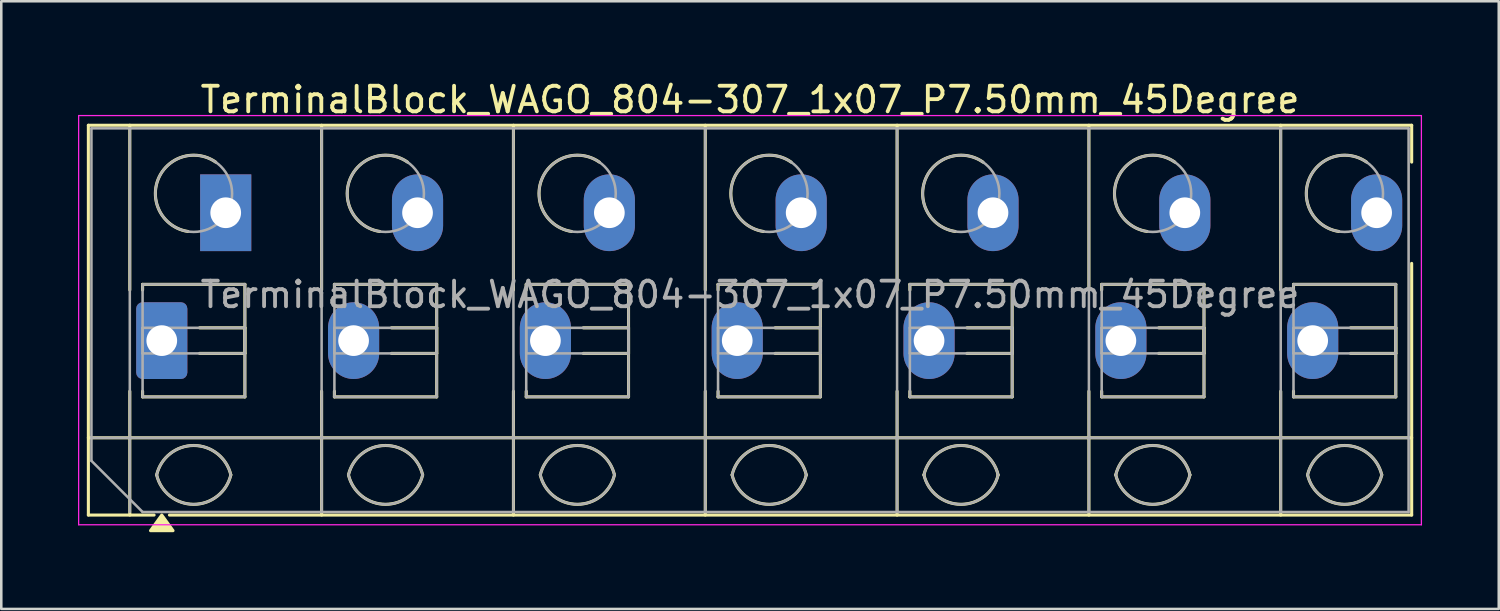
<source format=kicad_pcb>
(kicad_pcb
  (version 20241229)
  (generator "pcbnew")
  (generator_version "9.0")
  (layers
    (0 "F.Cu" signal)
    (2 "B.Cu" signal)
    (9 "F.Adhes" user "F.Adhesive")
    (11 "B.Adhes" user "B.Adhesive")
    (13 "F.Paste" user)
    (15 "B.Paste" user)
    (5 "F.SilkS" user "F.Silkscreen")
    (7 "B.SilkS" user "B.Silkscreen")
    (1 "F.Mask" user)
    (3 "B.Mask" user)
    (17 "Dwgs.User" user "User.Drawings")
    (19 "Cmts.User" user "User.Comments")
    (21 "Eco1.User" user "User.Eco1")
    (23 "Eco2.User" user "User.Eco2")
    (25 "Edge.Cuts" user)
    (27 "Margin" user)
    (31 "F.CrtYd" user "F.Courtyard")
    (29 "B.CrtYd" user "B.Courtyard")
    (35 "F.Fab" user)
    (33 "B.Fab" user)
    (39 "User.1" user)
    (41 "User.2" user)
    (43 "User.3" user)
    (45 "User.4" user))
  (footprint "TerminalBlock_WAGO_804-307_1x07_P7.50mm_45Degree"
    (layer "F.Cu")
    (at 3.275 10.268)
    (property "Reference" "TerminalBlock_WAGO_804-307_1x07_P7.50mm_45Degree" (at 23 -9.42 0) (layer "F.SilkS") (effects (font (size 1 1) (thickness 0.15))))
    (attr through_hole)
    (fp_line (start -2.87 -8.42) (end -2.87 6.82) (stroke (width 0.12) (type solid)) (layer "F.SilkS"))
    (fp_line (start -2.87 -8.42) (end 48.87 -8.42) (stroke (width 0.12) (type solid)) (layer "F.SilkS"))
    (fp_line (start -2.87 3.8) (end 48.87 3.8) (stroke (width 0.12) (type solid)) (layer "F.SilkS"))
    (fp_line (start -2.87 6.82) (end -0.3 6.82) (stroke (width 0.12) (type solid)) (layer "F.SilkS"))
    (fp_line (start -1.25 -8.42) (end -1.25 -1.98) (stroke (width 0.12) (type solid)) (layer "F.SilkS"))
    (fp_line (start -1.25 1.98) (end -1.25 6.82) (stroke (width 0.12) (type solid)) (layer "F.SilkS"))
    (fp_line (start -0.75 -2.2) (end -0.75 -1.98) (stroke (width 0.12) (type solid)) (layer "F.SilkS"))
    (fp_line (start -0.75 -2.2) (end 3.25 -2.2) (stroke (width 0.12) (type solid)) (layer "F.SilkS"))
    (fp_line (start -0.75 1.98) (end -0.75 2.2) (stroke (width 0.12) (type solid)) (layer "F.SilkS"))
    (fp_line (start -0.75 2.2) (end 3.25 2.2) (stroke (width 0.12) (type solid)) (layer "F.SilkS"))
    (fp_line (start 0.3 6.82) (end 48.87 6.82) (stroke (width 0.12) (type solid)) (layer "F.SilkS"))
    (fp_line (start 1.48 -0.5) (end 3.25 -0.5) (stroke (width 0.12) (type solid)) (layer "F.SilkS"))
    (fp_line (start 1.48 0.5) (end 3.25 0.5) (stroke (width 0.12) (type solid)) (layer "F.SilkS"))
    (fp_line (start 3.25 -2.2) (end 3.25 2.2) (stroke (width 0.12) (type solid)) (layer "F.SilkS"))
    (fp_line (start 3.25 -0.5) (end 3.25 0.5) (stroke (width 0.12) (type solid)) (layer "F.SilkS"))
    (fp_line (start 6.25 -8.42) (end 6.25 -1.98) (stroke (width 0.12) (type solid)) (layer "F.SilkS"))
    (fp_line (start 6.25 1.98) (end 6.25 6.82) (stroke (width 0.12) (type solid)) (layer "F.SilkS"))
    (fp_line (start 6.75 -2.2) (end 6.75 -1.98) (stroke (width 0.12) (type solid)) (layer "F.SilkS"))
    (fp_line (start 6.75 -2.2) (end 10.75 -2.2) (stroke (width 0.12) (type solid)) (layer "F.SilkS"))
    (fp_line (start 6.75 1.98) (end 6.75 2.2) (stroke (width 0.12) (type solid)) (layer "F.SilkS"))
    (fp_line (start 6.75 2.2) (end 10.75 2.2) (stroke (width 0.12) (type solid)) (layer "F.SilkS"))
    (fp_line (start 8.98 -0.5) (end 10.75 -0.5) (stroke (width 0.12) (type solid)) (layer "F.SilkS"))
    (fp_line (start 8.98 0.5) (end 10.75 0.5) (stroke (width 0.12) (type solid)) (layer "F.SilkS"))
    (fp_line (start 10.75 -2.2) (end 10.75 2.2) (stroke (width 0.12) (type solid)) (layer "F.SilkS"))
    (fp_line (start 10.75 -0.5) (end 10.75 0.5) (stroke (width 0.12) (type solid)) (layer "F.SilkS"))
    (fp_line (start 13.75 -8.42) (end 13.75 -1.98) (stroke (width 0.12) (type solid)) (layer "F.SilkS"))
    (fp_line (start 13.75 1.98) (end 13.75 6.82) (stroke (width 0.12) (type solid)) (layer "F.SilkS"))
    (fp_line (start 14.25 -2.2) (end 14.25 -1.98) (stroke (width 0.12) (type solid)) (layer "F.SilkS"))
    (fp_line (start 14.25 -2.2) (end 18.25 -2.2) (stroke (width 0.12) (type solid)) (layer "F.SilkS"))
    (fp_line (start 14.25 1.98) (end 14.25 2.2) (stroke (width 0.12) (type solid)) (layer "F.SilkS"))
    (fp_line (start 14.25 2.2) (end 18.25 2.2) (stroke (width 0.12) (type solid)) (layer "F.SilkS"))
    (fp_line (start 16.48 -0.5) (end 18.25 -0.5) (stroke (width 0.12) (type solid)) (layer "F.SilkS"))
    (fp_line (start 16.48 0.5) (end 18.25 0.5) (stroke (width 0.12) (type solid)) (layer "F.SilkS"))
    (fp_line (start 18.25 -2.2) (end 18.25 2.2) (stroke (width 0.12) (type solid)) (layer "F.SilkS"))
    (fp_line (start 18.25 -0.5) (end 18.25 0.5) (stroke (width 0.12) (type solid)) (layer "F.SilkS"))
    (fp_line (start 21.25 -8.42) (end 21.25 -1.98) (stroke (width 0.12) (type solid)) (layer "F.SilkS"))
    (fp_line (start 21.25 1.98) (end 21.25 6.82) (stroke (width 0.12) (type solid)) (layer "F.SilkS"))
    (fp_line (start 21.75 -2.2) (end 21.75 -1.98) (stroke (width 0.12) (type solid)) (layer "F.SilkS"))
    (fp_line (start 21.75 -2.2) (end 25.75 -2.2) (stroke (width 0.12) (type solid)) (layer "F.SilkS"))
    (fp_line (start 21.75 1.98) (end 21.75 2.2) (stroke (width 0.12) (type solid)) (layer "F.SilkS"))
    (fp_line (start 21.75 2.2) (end 25.75 2.2) (stroke (width 0.12) (type solid)) (layer "F.SilkS"))
    (fp_line (start 23.98 -0.5) (end 25.75 -0.5) (stroke (width 0.12) (type solid)) (layer "F.SilkS"))
    (fp_line (start 23.98 0.5) (end 25.75 0.5) (stroke (width 0.12) (type solid)) (layer "F.SilkS"))
    (fp_line (start 25.75 -2.2) (end 25.75 2.2) (stroke (width 0.12) (type solid)) (layer "F.SilkS"))
    (fp_line (start 25.75 -0.5) (end 25.75 0.5) (stroke (width 0.12) (type solid)) (layer "F.SilkS"))
    (fp_line (start 28.75 -8.42) (end 28.75 -1.98) (stroke (width 0.12) (type solid)) (layer "F.SilkS"))
    (fp_line (start 28.75 1.98) (end 28.75 6.82) (stroke (width 0.12) (type solid)) (layer "F.SilkS"))
    (fp_line (start 29.25 -2.2) (end 29.25 -1.98) (stroke (width 0.12) (type solid)) (layer "F.SilkS"))
    (fp_line (start 29.25 -2.2) (end 33.25 -2.2) (stroke (width 0.12) (type solid)) (layer "F.SilkS"))
    (fp_line (start 29.25 1.98) (end 29.25 2.2) (stroke (width 0.12) (type solid)) (layer "F.SilkS"))
    (fp_line (start 29.25 2.2) (end 33.25 2.2) (stroke (width 0.12) (type solid)) (layer "F.SilkS"))
    (fp_line (start 31.48 -0.5) (end 33.25 -0.5) (stroke (width 0.12) (type solid)) (layer "F.SilkS"))
    (fp_line (start 31.48 0.5) (end 33.25 0.5) (stroke (width 0.12) (type solid)) (layer "F.SilkS"))
    (fp_line (start 33.25 -2.2) (end 33.25 2.2) (stroke (width 0.12) (type solid)) (layer "F.SilkS"))
    (fp_line (start 33.25 -0.5) (end 33.25 0.5) (stroke (width 0.12) (type solid)) (layer "F.SilkS"))
    (fp_line (start 36.25 -8.42) (end 36.25 -1.98) (stroke (width 0.12) (type solid)) (layer "F.SilkS"))
    (fp_line (start 36.25 1.98) (end 36.25 6.82) (stroke (width 0.12) (type solid)) (layer "F.SilkS"))
    (fp_line (start 36.75 -2.2) (end 36.75 -1.98) (stroke (width 0.12) (type solid)) (layer "F.SilkS"))
    (fp_line (start 36.75 -2.2) (end 40.75 -2.2) (stroke (width 0.12) (type solid)) (layer "F.SilkS"))
    (fp_line (start 36.75 1.98) (end 36.75 2.2) (stroke (width 0.12) (type solid)) (layer "F.SilkS"))
    (fp_line (start 36.75 2.2) (end 40.75 2.2) (stroke (width 0.12) (type solid)) (layer "F.SilkS"))
    (fp_line (start 38.98 -0.5) (end 40.75 -0.5) (stroke (width 0.12) (type solid)) (layer "F.SilkS"))
    (fp_line (start 38.98 0.5) (end 40.75 0.5) (stroke (width 0.12) (type solid)) (layer "F.SilkS"))
    (fp_line (start 40.75 -2.2) (end 40.75 2.2) (stroke (width 0.12) (type solid)) (layer "F.SilkS"))
    (fp_line (start 40.75 -0.5) (end 40.75 0.5) (stroke (width 0.12) (type solid)) (layer "F.SilkS"))
    (fp_line (start 43.75 -8.42) (end 43.75 -1.98) (stroke (width 0.12) (type solid)) (layer "F.SilkS"))
    (fp_line (start 43.75 1.98) (end 43.75 6.82) (stroke (width 0.12) (type solid)) (layer "F.SilkS"))
    (fp_line (start 44.25 -2.2) (end 44.25 -1.98) (stroke (width 0.12) (type solid)) (layer "F.SilkS"))
    (fp_line (start 44.25 -2.2) (end 48.25 -2.2) (stroke (width 0.12) (type solid)) (layer "F.SilkS"))
    (fp_line (start 44.25 1.98) (end 44.25 2.2) (stroke (width 0.12) (type solid)) (layer "F.SilkS"))
    (fp_line (start 44.25 2.2) (end 48.25 2.2) (stroke (width 0.12) (type solid)) (layer "F.SilkS"))
    (fp_line (start 46.48 -0.5) (end 48.25 -0.5) (stroke (width 0.12) (type solid)) (layer "F.SilkS"))
    (fp_line (start 46.48 0.5) (end 48.25 0.5) (stroke (width 0.12) (type solid)) (layer "F.SilkS"))
    (fp_line (start 48.25 -2.2) (end 48.25 2.2) (stroke (width 0.12) (type solid)) (layer "F.SilkS"))
    (fp_line (start 48.25 -0.5) (end 48.25 0.5) (stroke (width 0.12) (type solid)) (layer "F.SilkS"))
    (fp_line (start 48.87 -8.42) (end 48.87 -6.98) (stroke (width 0.12) (type solid)) (layer "F.SilkS"))
    (fp_line (start 48.87 -3.02) (end 48.87 6.82) (stroke (width 0.12) (type solid)) (layer "F.SilkS"))
    (fp_arc (start -0.2 5.25) (mid 1.25 4.1) (end 2.7 5.25) (stroke (width 0.12) (type solid)) (layer "F.SilkS"))
    (fp_arc (start 1.02 -4.268) (mid -0.141916 -6.309209) (end 2.109 -6.98) (stroke (width 0.12) (type solid)) (layer "F.SilkS"))
    (fp_arc (start 2.7 5.25) (mid 1.25 6.4) (end -0.2 5.25) (stroke (width 0.12) (type solid)) (layer "F.SilkS"))
    (fp_arc (start 7.3 5.25) (mid 8.75 4.1) (end 10.2 5.25) (stroke (width 0.12) (type solid)) (layer "F.SilkS"))
    (fp_arc (start 8.52 -4.268) (mid 7.358084 -6.309209) (end 9.609 -6.98) (stroke (width 0.12) (type solid)) (layer "F.SilkS"))
    (fp_arc (start 10.2 5.25) (mid 8.75 6.4) (end 7.3 5.25) (stroke (width 0.12) (type solid)) (layer "F.SilkS"))
    (fp_arc (start 14.8 5.25) (mid 16.25 4.1) (end 17.7 5.25) (stroke (width 0.12) (type solid)) (layer "F.SilkS"))
    (fp_arc (start 16.02 -4.268) (mid 14.858084 -6.309209) (end 17.109 -6.98) (stroke (width 0.12) (type solid)) (layer "F.SilkS"))
    (fp_arc (start 17.7 5.25) (mid 16.25 6.4) (end 14.8 5.25) (stroke (width 0.12) (type solid)) (layer "F.SilkS"))
    (fp_arc (start 22.3 5.25) (mid 23.75 4.1) (end 25.2 5.25) (stroke (width 0.12) (type solid)) (layer "F.SilkS"))
    (fp_arc (start 23.52 -4.268) (mid 22.358084 -6.309209) (end 24.609 -6.98) (stroke (width 0.12) (type solid)) (layer "F.SilkS"))
    (fp_arc (start 25.2 5.25) (mid 23.75 6.4) (end 22.3 5.25) (stroke (width 0.12) (type solid)) (layer "F.SilkS"))
    (fp_arc (start 29.8 5.25) (mid 31.25 4.1) (end 32.7 5.25) (stroke (width 0.12) (type solid)) (layer "F.SilkS"))
    (fp_arc (start 31.02 -4.268) (mid 29.858084 -6.309209) (end 32.109 -6.98) (stroke (width 0.12) (type solid)) (layer "F.SilkS"))
    (fp_arc (start 32.7 5.25) (mid 31.25 6.4) (end 29.8 5.25) (stroke (width 0.12) (type solid)) (layer "F.SilkS"))
    (fp_arc (start 37.3 5.25) (mid 38.75 4.1) (end 40.2 5.25) (stroke (width 0.12) (type solid)) (layer "F.SilkS"))
    (fp_arc (start 38.52 -4.268) (mid 37.358084 -6.309209) (end 39.609 -6.98) (stroke (width 0.12) (type solid)) (layer "F.SilkS"))
    (fp_arc (start 40.2 5.25) (mid 38.75 6.4) (end 37.3 5.25) (stroke (width 0.12) (type solid)) (layer "F.SilkS"))
    (fp_arc (start 44.8 5.25) (mid 46.25 4.1) (end 47.7 5.25) (stroke (width 0.12) (type solid)) (layer "F.SilkS"))
    (fp_arc (start 46.02 -4.268) (mid 44.858084 -6.309209) (end 47.109 -6.98) (stroke (width 0.12) (type solid)) (layer "F.SilkS"))
    (fp_arc (start 47.7 5.25) (mid 46.25 6.4) (end 44.8 5.25) (stroke (width 0.12) (type solid)) (layer "F.SilkS"))
    (fp_poly (pts (xy 0 6.82) (xy 0.44 7.43) (xy -0.44 7.43)) (stroke (width 0.12) (type solid)) (fill yes) (layer "F.SilkS"))
    (fp_line (start -3.25 -8.8) (end -3.25 7.2) (stroke (width 0.05) (type solid)) (layer "F.CrtYd"))
    (fp_line (start -3.25 7.2) (end 49.25 7.2) (stroke (width 0.05) (type solid)) (layer "F.CrtYd"))
    (fp_line (start 49.25 -8.8) (end -3.25 -8.8) (stroke (width 0.05) (type solid)) (layer "F.CrtYd"))
    (fp_line (start 49.25 7.2) (end 49.25 -8.8) (stroke (width 0.05) (type solid)) (layer "F.CrtYd"))
    (fp_line (start -2.75 -8.3) (end 48.75 -8.3) (stroke (width 0.1) (type solid)) (layer "F.Fab"))
    (fp_line (start -2.75 3.8) (end 48.75 3.8) (stroke (width 0.1) (type solid)) (layer "F.Fab"))
    (fp_line (start -2.75 4.7) (end -2.75 -8.3) (stroke (width 0.1) (type solid)) (layer "F.Fab"))
    (fp_line (start -1.25 -8.3) (end -1.25 6.7) (stroke (width 0.1) (type solid)) (layer "F.Fab"))
    (fp_line (start -0.75 -2.2) (end -0.75 2.2) (stroke (width 0.1) (type solid)) (layer "F.Fab"))
    (fp_line (start -0.75 -0.5) (end -0.75 0.5) (stroke (width 0.1) (type solid)) (layer "F.Fab"))
    (fp_line (start -0.75 0.5) (end 3.25 0.5) (stroke (width 0.1) (type solid)) (layer "F.Fab"))
    (fp_line (start -0.75 2.2) (end 3.25 2.2) (stroke (width 0.1) (type solid)) (layer "F.Fab"))
    (fp_line (start -0.75 6.7) (end -2.75 4.7) (stroke (width 0.1) (type solid)) (layer "F.Fab"))
    (fp_line (start 3.25 -2.2) (end -0.75 -2.2) (stroke (width 0.1) (type solid)) (layer "F.Fab"))
    (fp_line (start 3.25 -0.5) (end -0.75 -0.5) (stroke (width 0.1) (type solid)) (layer "F.Fab"))
    (fp_line (start 3.25 0.5) (end 3.25 -0.5) (stroke (width 0.1) (type solid)) (layer "F.Fab"))
    (fp_line (start 3.25 2.2) (end 3.25 -2.2) (stroke (width 0.1) (type solid)) (layer "F.Fab"))
    (fp_line (start 6.25 -8.3) (end 6.25 6.7) (stroke (width 0.1) (type solid)) (layer "F.Fab"))
    (fp_line (start 6.75 -2.2) (end 6.75 2.2) (stroke (width 0.1) (type solid)) (layer "F.Fab"))
    (fp_line (start 6.75 -0.5) (end 6.75 0.5) (stroke (width 0.1) (type solid)) (layer "F.Fab"))
    (fp_line (start 6.75 0.5) (end 10.75 0.5) (stroke (width 0.1) (type solid)) (layer "F.Fab"))
    (fp_line (start 6.75 2.2) (end 10.75 2.2) (stroke (width 0.1) (type solid)) (layer "F.Fab"))
    (fp_line (start 10.75 -2.2) (end 6.75 -2.2) (stroke (width 0.1) (type solid)) (layer "F.Fab"))
    (fp_line (start 10.75 -0.5) (end 6.75 -0.5) (stroke (width 0.1) (type solid)) (layer "F.Fab"))
    (fp_line (start 10.75 0.5) (end 10.75 -0.5) (stroke (width 0.1) (type solid)) (layer "F.Fab"))
    (fp_line (start 10.75 2.2) (end 10.75 -2.2) (stroke (width 0.1) (type solid)) (layer "F.Fab"))
    (fp_line (start 13.75 -8.3) (end 13.75 6.7) (stroke (width 0.1) (type solid)) (layer "F.Fab"))
    (fp_line (start 14.25 -2.2) (end 14.25 2.2) (stroke (width 0.1) (type solid)) (layer "F.Fab"))
    (fp_line (start 14.25 -0.5) (end 14.25 0.5) (stroke (width 0.1) (type solid)) (layer "F.Fab"))
    (fp_line (start 14.25 0.5) (end 18.25 0.5) (stroke (width 0.1) (type solid)) (layer "F.Fab"))
    (fp_line (start 14.25 2.2) (end 18.25 2.2) (stroke (width 0.1) (type solid)) (layer "F.Fab"))
    (fp_line (start 18.25 -2.2) (end 14.25 -2.2) (stroke (width 0.1) (type solid)) (layer "F.Fab"))
    (fp_line (start 18.25 -0.5) (end 14.25 -0.5) (stroke (width 0.1) (type solid)) (layer "F.Fab"))
    (fp_line (start 18.25 0.5) (end 18.25 -0.5) (stroke (width 0.1) (type solid)) (layer "F.Fab"))
    (fp_line (start 18.25 2.2) (end 18.25 -2.2) (stroke (width 0.1) (type solid)) (layer "F.Fab"))
    (fp_line (start 21.25 -8.3) (end 21.25 6.7) (stroke (width 0.1) (type solid)) (layer "F.Fab"))
    (fp_line (start 21.75 -2.2) (end 21.75 2.2) (stroke (width 0.1) (type solid)) (layer "F.Fab"))
    (fp_line (start 21.75 -0.5) (end 21.75 0.5) (stroke (width 0.1) (type solid)) (layer "F.Fab"))
    (fp_line (start 21.75 0.5) (end 25.75 0.5) (stroke (width 0.1) (type solid)) (layer "F.Fab"))
    (fp_line (start 21.75 2.2) (end 25.75 2.2) (stroke (width 0.1) (type solid)) (layer "F.Fab"))
    (fp_line (start 25.75 -2.2) (end 21.75 -2.2) (stroke (width 0.1) (type solid)) (layer "F.Fab"))
    (fp_line (start 25.75 -0.5) (end 21.75 -0.5) (stroke (width 0.1) (type solid)) (layer "F.Fab"))
    (fp_line (start 25.75 0.5) (end 25.75 -0.5) (stroke (width 0.1) (type solid)) (layer "F.Fab"))
    (fp_line (start 25.75 2.2) (end 25.75 -2.2) (stroke (width 0.1) (type solid)) (layer "F.Fab"))
    (fp_line (start 28.75 -8.3) (end 28.75 6.7) (stroke (width 0.1) (type solid)) (layer "F.Fab"))
    (fp_line (start 29.25 -2.2) (end 29.25 2.2) (stroke (width 0.1) (type solid)) (layer "F.Fab"))
    (fp_line (start 29.25 -0.5) (end 29.25 0.5) (stroke (width 0.1) (type solid)) (layer "F.Fab"))
    (fp_line (start 29.25 0.5) (end 33.25 0.5) (stroke (width 0.1) (type solid)) (layer "F.Fab"))
    (fp_line (start 29.25 2.2) (end 33.25 2.2) (stroke (width 0.1) (type solid)) (layer "F.Fab"))
    (fp_line (start 33.25 -2.2) (end 29.25 -2.2) (stroke (width 0.1) (type solid)) (layer "F.Fab"))
    (fp_line (start 33.25 -0.5) (end 29.25 -0.5) (stroke (width 0.1) (type solid)) (layer "F.Fab"))
    (fp_line (start 33.25 0.5) (end 33.25 -0.5) (stroke (width 0.1) (type solid)) (layer "F.Fab"))
    (fp_line (start 33.25 2.2) (end 33.25 -2.2) (stroke (width 0.1) (type solid)) (layer "F.Fab"))
    (fp_line (start 36.25 -8.3) (end 36.25 6.7) (stroke (width 0.1) (type solid)) (layer "F.Fab"))
    (fp_line (start 36.75 -2.2) (end 36.75 2.2) (stroke (width 0.1) (type solid)) (layer "F.Fab"))
    (fp_line (start 36.75 -0.5) (end 36.75 0.5) (stroke (width 0.1) (type solid)) (layer "F.Fab"))
    (fp_line (start 36.75 0.5) (end 40.75 0.5) (stroke (width 0.1) (type solid)) (layer "F.Fab"))
    (fp_line (start 36.75 2.2) (end 40.75 2.2) (stroke (width 0.1) (type solid)) (layer "F.Fab"))
    (fp_line (start 40.75 -2.2) (end 36.75 -2.2) (stroke (width 0.1) (type solid)) (layer "F.Fab"))
    (fp_line (start 40.75 -0.5) (end 36.75 -0.5) (stroke (width 0.1) (type solid)) (layer "F.Fab"))
    (fp_line (start 40.75 0.5) (end 40.75 -0.5) (stroke (width 0.1) (type solid)) (layer "F.Fab"))
    (fp_line (start 40.75 2.2) (end 40.75 -2.2) (stroke (width 0.1) (type solid)) (layer "F.Fab"))
    (fp_line (start 43.75 -8.3) (end 43.75 6.7) (stroke (width 0.1) (type solid)) (layer "F.Fab"))
    (fp_line (start 44.25 -2.2) (end 44.25 2.2) (stroke (width 0.1) (type solid)) (layer "F.Fab"))
    (fp_line (start 44.25 -0.5) (end 44.25 0.5) (stroke (width 0.1) (type solid)) (layer "F.Fab"))
    (fp_line (start 44.25 0.5) (end 48.25 0.5) (stroke (width 0.1) (type solid)) (layer "F.Fab"))
    (fp_line (start 44.25 2.2) (end 48.25 2.2) (stroke (width 0.1) (type solid)) (layer "F.Fab"))
    (fp_line (start 48.25 -2.2) (end 44.25 -2.2) (stroke (width 0.1) (type solid)) (layer "F.Fab"))
    (fp_line (start 48.25 -0.5) (end 44.25 -0.5) (stroke (width 0.1) (type solid)) (layer "F.Fab"))
    (fp_line (start 48.25 0.5) (end 48.25 -0.5) (stroke (width 0.1) (type solid)) (layer "F.Fab"))
    (fp_line (start 48.25 2.2) (end 48.25 -2.2) (stroke (width 0.1) (type solid)) (layer "F.Fab"))
    (fp_line (start 48.75 -8.3) (end 48.75 6.7) (stroke (width 0.1) (type solid)) (layer "F.Fab"))
    (fp_line (start 48.75 6.7) (end -0.75 6.7) (stroke (width 0.1) (type solid)) (layer "F.Fab"))
    (fp_arc (start -0.2 5.25) (mid 1.25 4.1) (end 2.7 5.25) (stroke (width 0.1) (type solid)) (layer "F.Fab"))
    (fp_arc (start 2.7 5.25) (mid 1.25 6.4) (end -0.2 5.25) (stroke (width 0.1) (type solid)) (layer "F.Fab"))
    (fp_arc (start 7.3 5.25) (mid 8.75 4.1) (end 10.2 5.25) (stroke (width 0.1) (type solid)) (layer "F.Fab"))
    (fp_arc (start 10.2 5.25) (mid 8.75 6.4) (end 7.3 5.25) (stroke (width 0.1) (type solid)) (layer "F.Fab"))
    (fp_arc (start 14.8 5.25) (mid 16.25 4.1) (end 17.7 5.25) (stroke (width 0.1) (type solid)) (layer "F.Fab"))
    (fp_arc (start 17.7 5.25) (mid 16.25 6.4) (end 14.8 5.25) (stroke (width 0.1) (type solid)) (layer "F.Fab"))
    (fp_arc (start 22.3 5.25) (mid 23.75 4.1) (end 25.2 5.25) (stroke (width 0.1) (type solid)) (layer "F.Fab"))
    (fp_arc (start 25.2 5.25) (mid 23.75 6.4) (end 22.3 5.25) (stroke (width 0.1) (type solid)) (layer "F.Fab"))
    (fp_arc (start 29.8 5.25) (mid 31.25 4.1) (end 32.7 5.25) (stroke (width 0.1) (type solid)) (layer "F.Fab"))
    (fp_arc (start 32.7 5.25) (mid 31.25 6.4) (end 29.8 5.25) (stroke (width 0.1) (type solid)) (layer "F.Fab"))
    (fp_arc (start 37.3 5.25) (mid 38.75 4.1) (end 40.2 5.25) (stroke (width 0.1) (type solid)) (layer "F.Fab"))
    (fp_arc (start 40.2 5.25) (mid 38.75 6.4) (end 37.3 5.25) (stroke (width 0.1) (type solid)) (layer "F.Fab"))
    (fp_arc (start 44.8 5.25) (mid 46.25 4.1) (end 47.7 5.25) (stroke (width 0.1) (type solid)) (layer "F.Fab"))
    (fp_arc (start 47.7 5.25) (mid 46.25 6.4) (end 44.8 5.25) (stroke (width 0.1) (type solid)) (layer "F.Fab"))
    (fp_circle (center 1.25 -5.75) (end 2.75 -5.75) (stroke (width 0.1) (type solid)) (fill no) (layer "F.Fab"))
    (fp_circle (center 8.75 -5.75) (end 10.25 -5.75) (stroke (width 0.1) (type solid)) (fill no) (layer "F.Fab"))
    (fp_circle (center 16.25 -5.75) (end 17.75 -5.75) (stroke (width 0.1) (type solid)) (fill no) (layer "F.Fab"))
    (fp_circle (center 23.75 -5.75) (end 25.25 -5.75) (stroke (width 0.1) (type solid)) (fill no) (layer "F.Fab"))
    (fp_circle (center 31.25 -5.75) (end 32.75 -5.75) (stroke (width 0.1) (type solid)) (fill no) (layer "F.Fab"))
    (fp_circle (center 38.75 -5.75) (end 40.25 -5.75) (stroke (width 0.1) (type solid)) (fill no) (layer "F.Fab"))
    (fp_circle (center 46.25 -5.75) (end 47.75 -5.75) (stroke (width 0.1) (type solid)) (fill no) (layer "F.Fab"))
    (fp_text user "${REFERENCE}" (at 23 -1.8 0) (layer "F.Fab") (effects (font (size 1 1) (thickness 0.15))))
    (pad "1" thru_hole roundrect (at 0 0) (size 2 3) (drill 1.2) (layers "*.Cu" "*.Mask") (roundrect_rratio 0.125))
    (pad "1" thru_hole rect (at 2.5 -5) (size 2 3) (drill 1.2) (layers "*.Cu" "*.Mask"))
    (pad "2" thru_hole oval (at 7.5 0) (size 2 3) (drill 1.2) (layers "*.Cu" "*.Mask"))
    (pad "2" thru_hole oval (at 10 -5) (size 2 3) (drill 1.2) (layers "*.Cu" "*.Mask"))
    (pad "3" thru_hole oval (at 15 0) (size 2 3) (drill 1.2) (layers "*.Cu" "*.Mask"))
    (pad "3" thru_hole oval (at 17.5 -5) (size 2 3) (drill 1.2) (layers "*.Cu" "*.Mask"))
    (pad "4" thru_hole oval (at 22.5 0) (size 2 3) (drill 1.2) (layers "*.Cu" "*.Mask"))
    (pad "4" thru_hole oval (at 25 -5) (size 2 3) (drill 1.2) (layers "*.Cu" "*.Mask"))
    (pad "5" thru_hole oval (at 30 0) (size 2 3) (drill 1.2) (layers "*.Cu" "*.Mask"))
    (pad "5" thru_hole oval (at 32.5 -5) (size 2 3) (drill 1.2) (layers "*.Cu" "*.Mask"))
    (pad "6" thru_hole oval (at 37.5 0) (size 2 3) (drill 1.2) (layers "*.Cu" "*.Mask"))
    (pad "6" thru_hole oval (at 40 -5) (size 2 3) (drill 1.2) (layers "*.Cu" "*.Mask"))
    (pad "7" thru_hole oval (at 45 0) (size 2 3) (drill 1.2) (layers "*.Cu" "*.Mask"))
    (pad "7" thru_hole oval (at 47.5 -5) (size 2 3) (drill 1.2) (layers "*.Cu" "*.Mask")))
  (gr_rect
    (start -3 -3)
    (end 55.55 20.758)
    (stroke (width 0.1) (type default))
    (fill no)
    (layer "Edge.Cuts")))
</source>
